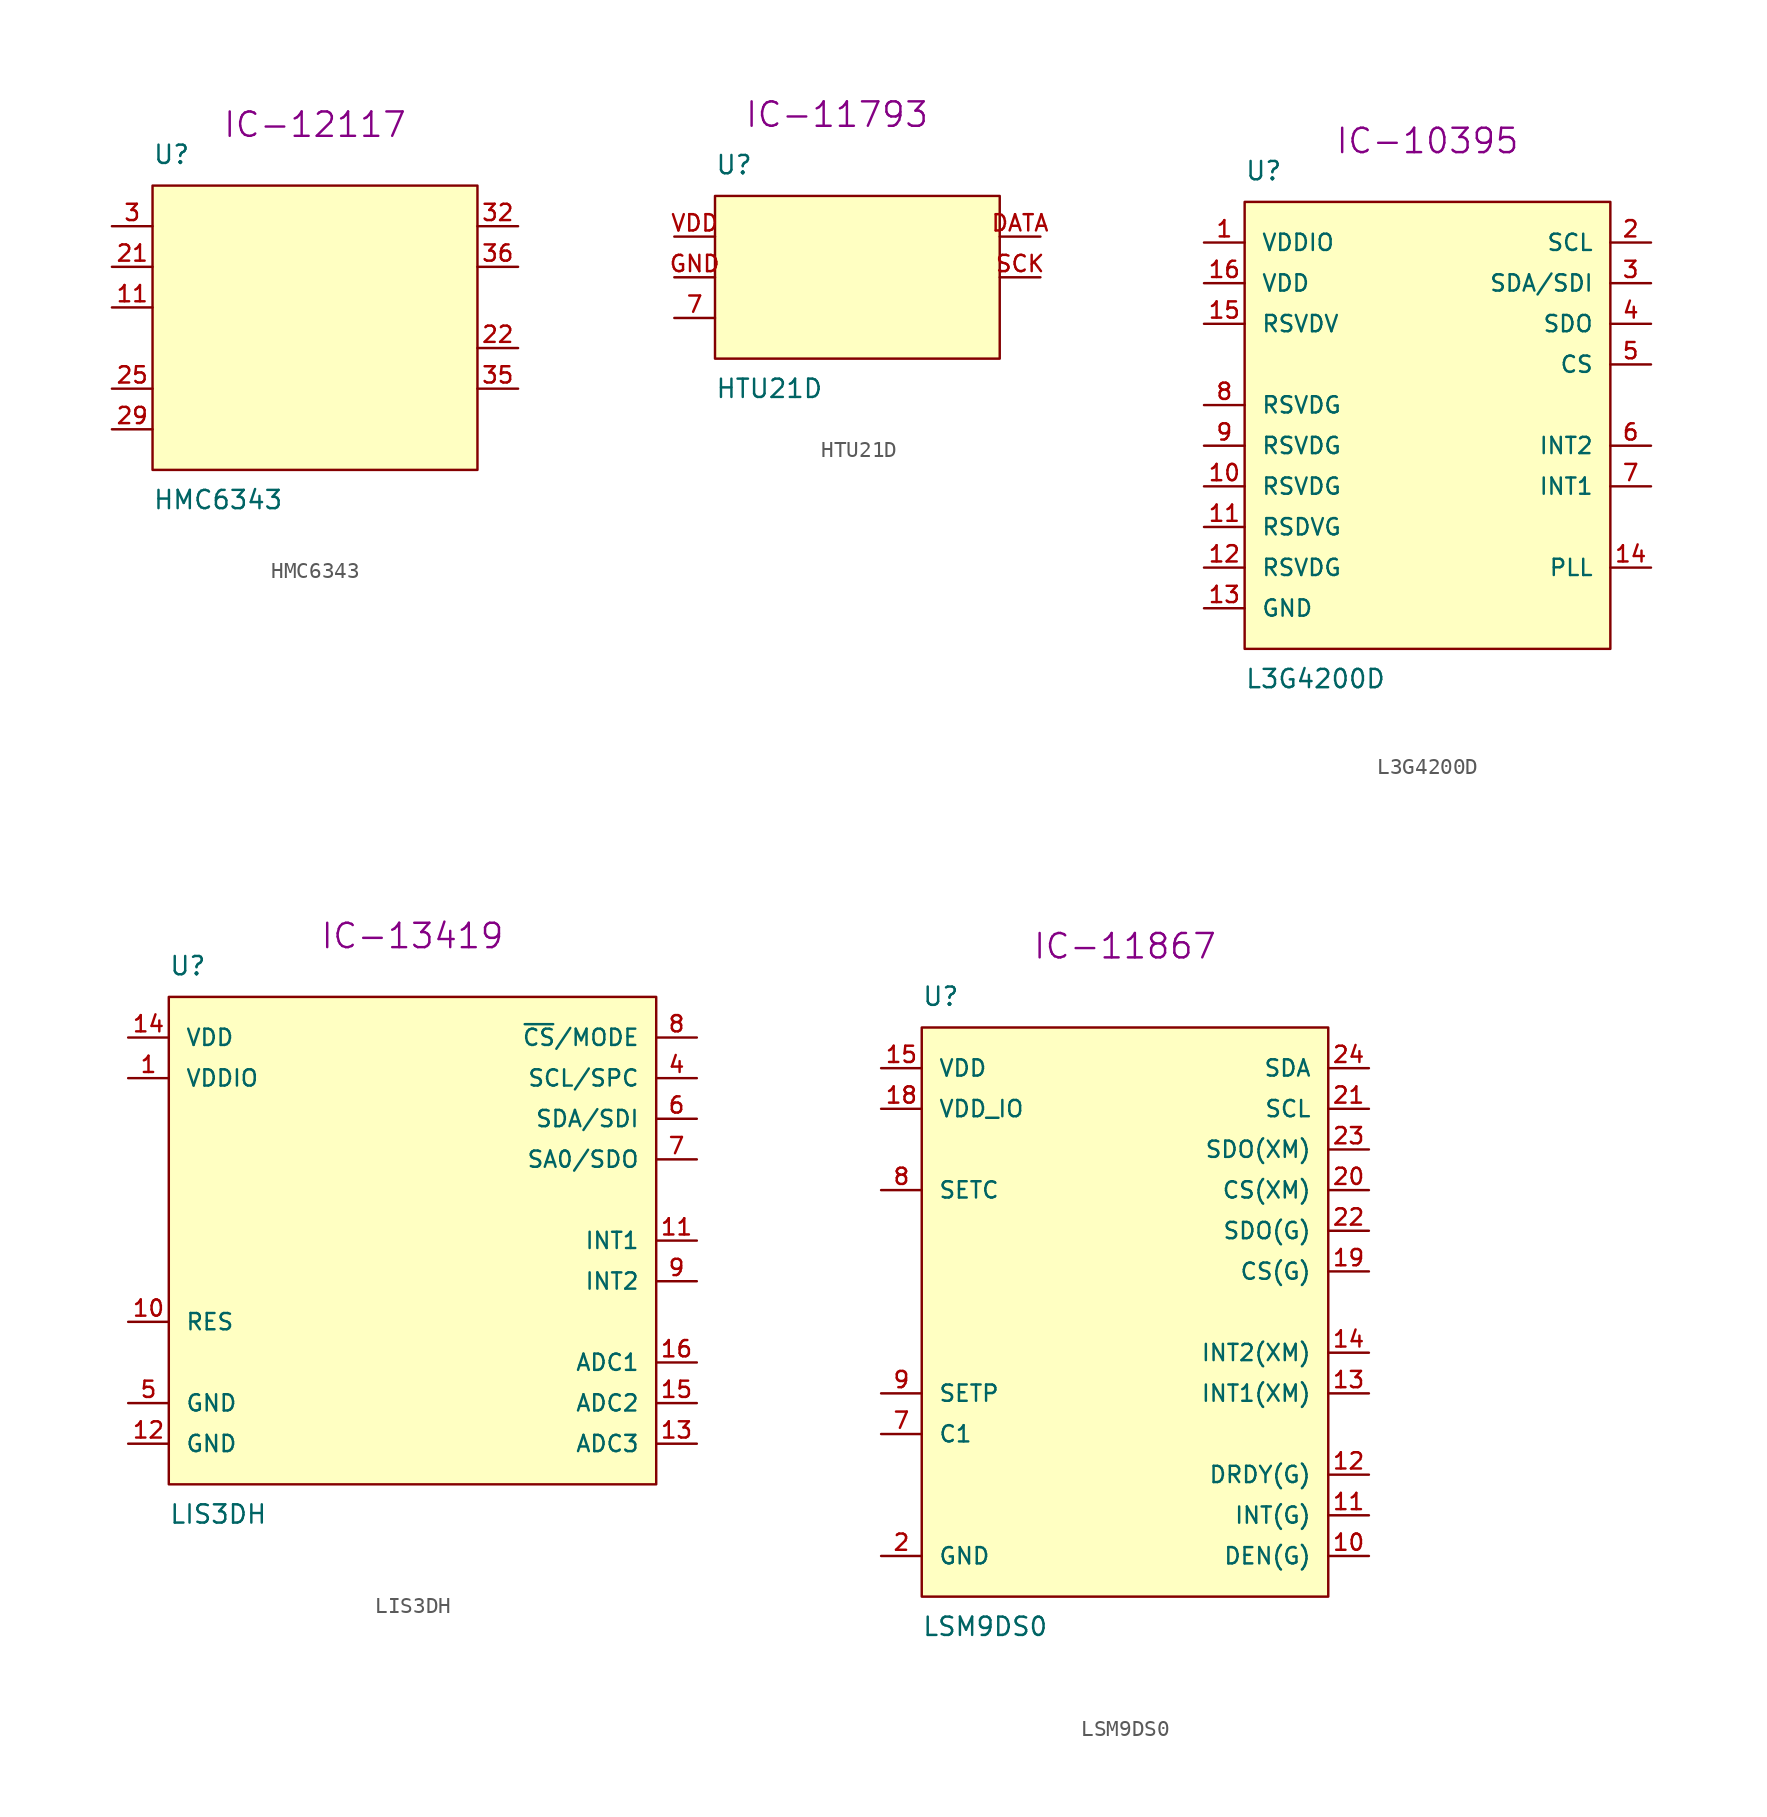
<source format=kicad_sym>
(kicad_symbol_lib
  (version 20220914)
  (generator kicad_symbol_editor)
  (symbol "HMC6343"
    (pin_names
      (offset 1.016) hide)
    (property "Reference" "U"
      (at -10.16 8.89 0)
      (effects (font (size 1.143 1.143)) (justify left bottom)))
    (property "Value" "HMC6343"
      (at -10.16 -12.7 0)
      (effects (font (size 1.143 1.143)) (justify left bottom)))
    (property "Field4" "IC-12117"
      (at 0 11.43 0)
      (effects (font (size 1.524 1.524))))
    (property "ki_locked" ""
      (at 0 0 0)
      (effects (font (size 1.27 1.27))))
    (symbol "HMC6343_1_1"
      (polyline (pts (xy -10.16 -10.16) (xy 10.16 -10.16) (xy 10.16 7.62) (xy -10.16 7.62) (xy -10.16 -10.16)) (stroke (width 0) (type solid)) (fill (type background)))
      (pin bidirectional line (at -12.7 0 0) (length 2.54) (name "VDD" (effects (font (size 1.016 1.016)))) (number "11" (effects (font (size 1.016 1.016)))))
      (pin bidirectional line (at -12.7 2.54 0) (length 2.54) (name "VDD" (effects (font (size 1.016 1.016)))) (number "21" (effects (font (size 1.016 1.016)))))
      (pin bidirectional line (at 12.7 -2.54 180) (length 2.54) (name "CS" (effects (font (size 1.016 1.016)))) (number "22" (effects (font (size 1.016 1.016)))))
      (pin bidirectional line (at -12.7 -5.08 0) (length 2.54) (name "GND" (effects (font (size 1.016 1.016)))) (number "25" (effects (font (size 1.016 1.016)))))
      (pin bidirectional line (at -12.7 -7.62 0) (length 2.54) (name "GND" (effects (font (size 1.016 1.016)))) (number "29" (effects (font (size 1.016 1.016)))))
      (pin bidirectional line (at -12.7 5.08 0) (length 2.54) (name "VDD" (effects (font (size 1.016 1.016)))) (number "3" (effects (font (size 1.016 1.016)))))
      (pin bidirectional line (at 12.7 5.08 180) (length 2.54) (name "SCL" (effects (font (size 1.016 1.016)))) (number "32" (effects (font (size 1.016 1.016)))))
      (pin bidirectional line (at 12.7 -5.08 180) (length 2.54) (name "CSC" (effects (font (size 1.016 1.016)))) (number "35" (effects (font (size 1.016 1.016)))))
      (pin bidirectional line (at 12.7 2.54 180) (length 2.54) (name "SDA" (effects (font (size 1.016 1.016)))) (number "36" (effects (font (size 1.016 1.016)))))))
  (symbol "HTU21D"
    (pin_names
      (offset 1.016) hide)
    (property "Reference" "U"
      (at -7.62 6.35 0)
      (effects (font (size 1.143 1.143)) (justify left bottom)))
    (property "Value" "HTU21D"
      (at -7.62 -7.62 0)
      (effects (font (size 1.143 1.143)) (justify left bottom)))
    (property "Field4" "IC-11793"
      (at 0 10.16 0)
      (effects (font (size 1.524 1.524))))
    (property "ki_locked" ""
      (at 0 0 0)
      (effects (font (size 1.27 1.27))))
    (symbol "HTU21D_1_1"
      (polyline (pts (xy -7.62 -5.08) (xy -7.62 5.08) (xy 10.16 5.08) (xy 10.16 -5.08) (xy -7.62 -5.08)) (stroke (width 0) (type solid)) (fill (type background)))
      (pin power_in line (at -10.16 -2.54 0) (length 2.54) (name "GND" (effects (font (size 1.016 1.016)))) (number "7" (effects (font (size 1.016 1.016)))))
      (pin bidirectional line (at 12.7 2.54 180) (length 2.54) (name "DATA" (effects (font (size 1.016 1.016)))) (number "DATA" (effects (font (size 1.016 1.016)))))
      (pin power_in line (at -10.16 0 0) (length 2.54) (name "GND" (effects (font (size 1.016 1.016)))) (number "GND" (effects (font (size 1.016 1.016)))))
      (pin input line (at 12.7 0 180) (length 2.54) (name "SCK" (effects (font (size 1.016 1.016)))) (number "SCK" (effects (font (size 1.016 1.016)))))
      (pin power_in line (at -10.16 2.54 0) (length 2.54) (name "VDD" (effects (font (size 1.016 1.016)))) (number "VDD" (effects (font (size 1.016 1.016)))))))
  (symbol "L3G4200D"
    (pin_names
      (offset 1.016))
    (property "Reference" "U"
      (at -11.43 16.51 0)
      (effects (font (size 1.143 1.143)) (justify left bottom)))
    (property "Value" "L3G4200D"
      (at -11.43 -15.24 0)
      (effects (font (size 1.143 1.143)) (justify left bottom)))
    (property "Field4" "IC-10395"
      (at 0 19.05 0)
      (effects (font (size 1.524 1.524))))
    (property "ki_locked" ""
      (at 0 0 0)
      (effects (font (size 1.27 1.27))))
    (symbol "L3G4200D_1_1"
      (polyline (pts (xy -11.43 15.24) (xy -11.43 -12.7) (xy 11.43 -12.7) (xy 11.43 15.24) (xy -11.43 15.24)) (stroke (width 0) (type solid)) (fill (type background)))
      (pin bidirectional line (at -13.97 12.7 0) (length 2.54) (name "VDDIO" (effects (font (size 1.016 1.016)))) (number "1" (effects (font (size 1.016 1.016)))))
      (pin bidirectional line (at -13.97 -2.54 0) (length 2.54) (name "RSVDG" (effects (font (size 1.016 1.016)))) (number "10" (effects (font (size 1.016 1.016)))))
      (pin bidirectional line (at -13.97 -5.08 0) (length 2.54) (name "RSDVG" (effects (font (size 1.016 1.016)))) (number "11" (effects (font (size 1.016 1.016)))))
      (pin bidirectional line (at -13.97 -7.62 0) (length 2.54) (name "RSVDG" (effects (font (size 1.016 1.016)))) (number "12" (effects (font (size 1.016 1.016)))))
      (pin bidirectional line (at -13.97 -10.16 0) (length 2.54) (name "GND" (effects (font (size 1.016 1.016)))) (number "13" (effects (font (size 1.016 1.016)))))
      (pin bidirectional line (at 13.97 -7.62 180) (length 2.54) (name "PLL" (effects (font (size 1.016 1.016)))) (number "14" (effects (font (size 1.016 1.016)))))
      (pin bidirectional line (at -13.97 7.62 0) (length 2.54) (name "RSVDV" (effects (font (size 1.016 1.016)))) (number "15" (effects (font (size 1.016 1.016)))))
      (pin bidirectional line (at -13.97 10.16 0) (length 2.54) (name "VDD" (effects (font (size 1.016 1.016)))) (number "16" (effects (font (size 1.016 1.016)))))
      (pin bidirectional line (at 13.97 12.7 180) (length 2.54) (name "SCL" (effects (font (size 1.016 1.016)))) (number "2" (effects (font (size 1.016 1.016)))))
      (pin bidirectional line (at 13.97 10.16 180) (length 2.54) (name "SDA/SDI" (effects (font (size 1.016 1.016)))) (number "3" (effects (font (size 1.016 1.016)))))
      (pin bidirectional line (at 13.97 7.62 180) (length 2.54) (name "SDO" (effects (font (size 1.016 1.016)))) (number "4" (effects (font (size 1.016 1.016)))))
      (pin bidirectional line (at 13.97 5.08 180) (length 2.54) (name "CS" (effects (font (size 1.016 1.016)))) (number "5" (effects (font (size 1.016 1.016)))))
      (pin bidirectional line (at 13.97 0 180) (length 2.54) (name "INT2" (effects (font (size 1.016 1.016)))) (number "6" (effects (font (size 1.016 1.016)))))
      (pin bidirectional line (at 13.97 -2.54 180) (length 2.54) (name "INT1" (effects (font (size 1.016 1.016)))) (number "7" (effects (font (size 1.016 1.016)))))
      (pin bidirectional line (at -13.97 2.54 0) (length 2.54) (name "RSVDG" (effects (font (size 1.016 1.016)))) (number "8" (effects (font (size 1.016 1.016)))))
      (pin bidirectional line (at -13.97 0 0) (length 2.54) (name "RSVDG" (effects (font (size 1.016 1.016)))) (number "9" (effects (font (size 1.016 1.016)))))))
  (symbol "LIS3DH"
    (pin_names
      (offset 1.016))
    (property "Reference" "U"
      (at -15.24 16.51 0)
      (effects (font (size 1.143 1.143)) (justify left bottom)))
    (property "Value" "LIS3DH"
      (at -15.24 -17.78 0)
      (effects (font (size 1.143 1.143)) (justify left bottom)))
    (property "Field4" "IC-13419"
      (at 0 19.05 0)
      (effects (font (size 1.524 1.524))))
    (property "ki_locked" ""
      (at 0 0 0)
      (effects (font (size 1.27 1.27))))
    (symbol "LIS3DH_1_1"
      (polyline (pts (xy -15.24 -15.24) (xy -15.24 15.24) (xy 15.24 15.24) (xy 15.24 -15.24) (xy -15.24 -15.24)) (stroke (width 0) (type solid)) (fill (type background)))
      (pin bidirectional line (at -17.78 10.16 0) (length 2.54) (name "VDDIO" (effects (font (size 1.016 1.016)))) (number "1" (effects (font (size 1.016 1.016)))))
      (pin bidirectional line (at -17.78 -5.08 0) (length 2.54) (name "RES" (effects (font (size 1.016 1.016)))) (number "10" (effects (font (size 1.016 1.016)))))
      (pin bidirectional line (at 17.78 0 180) (length 2.54) (name "INT1" (effects (font (size 1.016 1.016)))) (number "11" (effects (font (size 1.016 1.016)))))
      (pin bidirectional line (at -17.78 -12.7 0) (length 2.54) (name "GND" (effects (font (size 1.016 1.016)))) (number "12" (effects (font (size 1.016 1.016)))))
      (pin bidirectional line (at 17.78 -12.7 180) (length 2.54) (name "ADC3" (effects (font (size 1.016 1.016)))) (number "13" (effects (font (size 1.016 1.016)))))
      (pin bidirectional line (at -17.78 12.7 0) (length 2.54) (name "VDD" (effects (font (size 1.016 1.016)))) (number "14" (effects (font (size 1.016 1.016)))))
      (pin bidirectional line (at 17.78 -10.16 180) (length 2.54) (name "ADC2" (effects (font (size 1.016 1.016)))) (number "15" (effects (font (size 1.016 1.016)))))
      (pin bidirectional line (at 17.78 -7.62 180) (length 2.54) (name "ADC1" (effects (font (size 1.016 1.016)))) (number "16" (effects (font (size 1.016 1.016)))))
      (pin bidirectional line (at 17.78 10.16 180) (length 2.54) (name "SCL/SPC" (effects (font (size 1.016 1.016)))) (number "4" (effects (font (size 1.016 1.016)))))
      (pin bidirectional line (at -17.78 -10.16 0) (length 2.54) (name "GND" (effects (font (size 1.016 1.016)))) (number "5" (effects (font (size 1.016 1.016)))))
      (pin bidirectional line (at 17.78 7.62 180) (length 2.54) (name "SDA/SDI" (effects (font (size 1.016 1.016)))) (number "6" (effects (font (size 1.016 1.016)))))
      (pin bidirectional line (at 17.78 5.08 180) (length 2.54) (name "SA0/SDO" (effects (font (size 1.016 1.016)))) (number "7" (effects (font (size 1.016 1.016)))))
      (pin bidirectional line (at 17.78 12.7 180) (length 2.54) (name "~{CS}/MODE" (effects (font (size 1.016 1.016)))) (number "8" (effects (font (size 1.016 1.016)))))
      (pin bidirectional line (at 17.78 -2.54 180) (length 2.54) (name "INT2" (effects (font (size 1.016 1.016)))) (number "9" (effects (font (size 1.016 1.016)))))))
  (symbol "LSM9DS0"
    (pin_names
      (offset 1.016))
    (property "Reference" "U"
      (at -12.7 19.05 0)
      (effects (font (size 1.143 1.143)) (justify left bottom)))
    (property "Value" "LSM9DS0"
      (at -12.7 -20.32 0)
      (effects (font (size 1.143 1.143)) (justify left bottom)))
    (property "Field4" "IC-11867"
      (at 0 22.86 0)
      (effects (font (size 1.524 1.524))))
    (property "ki_locked" ""
      (at 0 0 0)
      (effects (font (size 1.27 1.27))))
    (symbol "LSM9DS0_1_1"
      (polyline (pts (xy -12.7 17.78) (xy -12.7 -17.78) (xy 12.7 -17.78) (xy 12.7 17.78) (xy -12.7 17.78)) (stroke (width 0) (type solid)) (fill (type background)))
      (pin bidirectional line (at 15.24 -15.24 180) (length 2.54) (name "DEN(G)" (effects (font (size 1.016 1.016)))) (number "10" (effects (font (size 1.016 1.016)))))
      (pin bidirectional line (at 15.24 -12.7 180) (length 2.54) (name "INT(G)" (effects (font (size 1.016 1.016)))) (number "11" (effects (font (size 1.016 1.016)))))
      (pin bidirectional line (at 15.24 -10.16 180) (length 2.54) (name "DRDY(G)" (effects (font (size 1.016 1.016)))) (number "12" (effects (font (size 1.016 1.016)))))
      (pin bidirectional line (at 15.24 -5.08 180) (length 2.54) (name "INT1(XM)" (effects (font (size 1.016 1.016)))) (number "13" (effects (font (size 1.016 1.016)))))
      (pin bidirectional line (at 15.24 -2.54 180) (length 2.54) (name "INT2(XM)" (effects (font (size 1.016 1.016)))) (number "14" (effects (font (size 1.016 1.016)))))
      (pin bidirectional line (at -15.24 15.24 0) (length 2.54) (name "VDD" (effects (font (size 1.016 1.016)))) (number "15" (effects (font (size 1.016 1.016)))))
      (pin bidirectional line (at -15.24 15.24 0) (length 2.54) hide (name "VDD" (effects (font (size 1.016 1.016)))) (number "16" (effects (font (size 1.016 1.016)))))
      (pin bidirectional line (at -15.24 15.24 0) (length 2.54) hide (name "VDD" (effects (font (size 1.016 1.016)))) (number "17" (effects (font (size 1.016 1.016)))))
      (pin bidirectional line (at -15.24 12.7 0) (length 2.54) (name "VDD_IO" (effects (font (size 1.016 1.016)))) (number "18" (effects (font (size 1.016 1.016)))))
      (pin bidirectional line (at 15.24 2.54 180) (length 2.54) (name "CS(G)" (effects (font (size 1.016 1.016)))) (number "19" (effects (font (size 1.016 1.016)))))
      (pin bidirectional line (at -15.24 -15.24 0) (length 2.54) (name "GND" (effects (font (size 1.016 1.016)))) (number "2" (effects (font (size 1.016 1.016)))))
      (pin bidirectional line (at 15.24 7.62 180) (length 2.54) (name "CS(XM)" (effects (font (size 1.016 1.016)))) (number "20" (effects (font (size 1.016 1.016)))))
      (pin bidirectional line (at 15.24 12.7 180) (length 2.54) (name "SCL" (effects (font (size 1.016 1.016)))) (number "21" (effects (font (size 1.016 1.016)))))
      (pin bidirectional line (at 15.24 5.08 180) (length 2.54) (name "SDO(G)" (effects (font (size 1.016 1.016)))) (number "22" (effects (font (size 1.016 1.016)))))
      (pin bidirectional line (at 15.24 10.16 180) (length 2.54) (name "SDO(XM)" (effects (font (size 1.016 1.016)))) (number "23" (effects (font (size 1.016 1.016)))))
      (pin bidirectional line (at 15.24 15.24 180) (length 2.54) (name "SDA" (effects (font (size 1.016 1.016)))) (number "24" (effects (font (size 1.016 1.016)))))
      (pin bidirectional line (at -15.24 -15.24 0) (length 2.54) hide (name "GND" (effects (font (size 1.016 1.016)))) (number "3" (effects (font (size 1.016 1.016)))))
      (pin bidirectional line (at -15.24 -15.24 0) (length 2.54) hide (name "GND" (effects (font (size 1.016 1.016)))) (number "4" (effects (font (size 1.016 1.016)))))
      (pin bidirectional line (at -15.24 -15.24 0) (length 2.54) hide (name "GND" (effects (font (size 1.016 1.016)))) (number "5" (effects (font (size 1.016 1.016)))))
      (pin bidirectional line (at -15.24 -15.24 0) (length 2.54) hide (name "GND" (effects (font (size 1.016 1.016)))) (number "6" (effects (font (size 1.016 1.016)))))
      (pin bidirectional line (at -15.24 -7.62 0) (length 2.54) (name "C1" (effects (font (size 1.016 1.016)))) (number "7" (effects (font (size 1.016 1.016)))))
      (pin bidirectional line (at -15.24 7.62 0) (length 2.54) (name "SETC" (effects (font (size 1.016 1.016)))) (number "8" (effects (font (size 1.016 1.016)))))
      (pin bidirectional line (at -15.24 -5.08 0) (length 2.54) (name "SETP" (effects (font (size 1.016 1.016)))) (number "9" (effects (font (size 1.016 1.016))))))))
</source>
